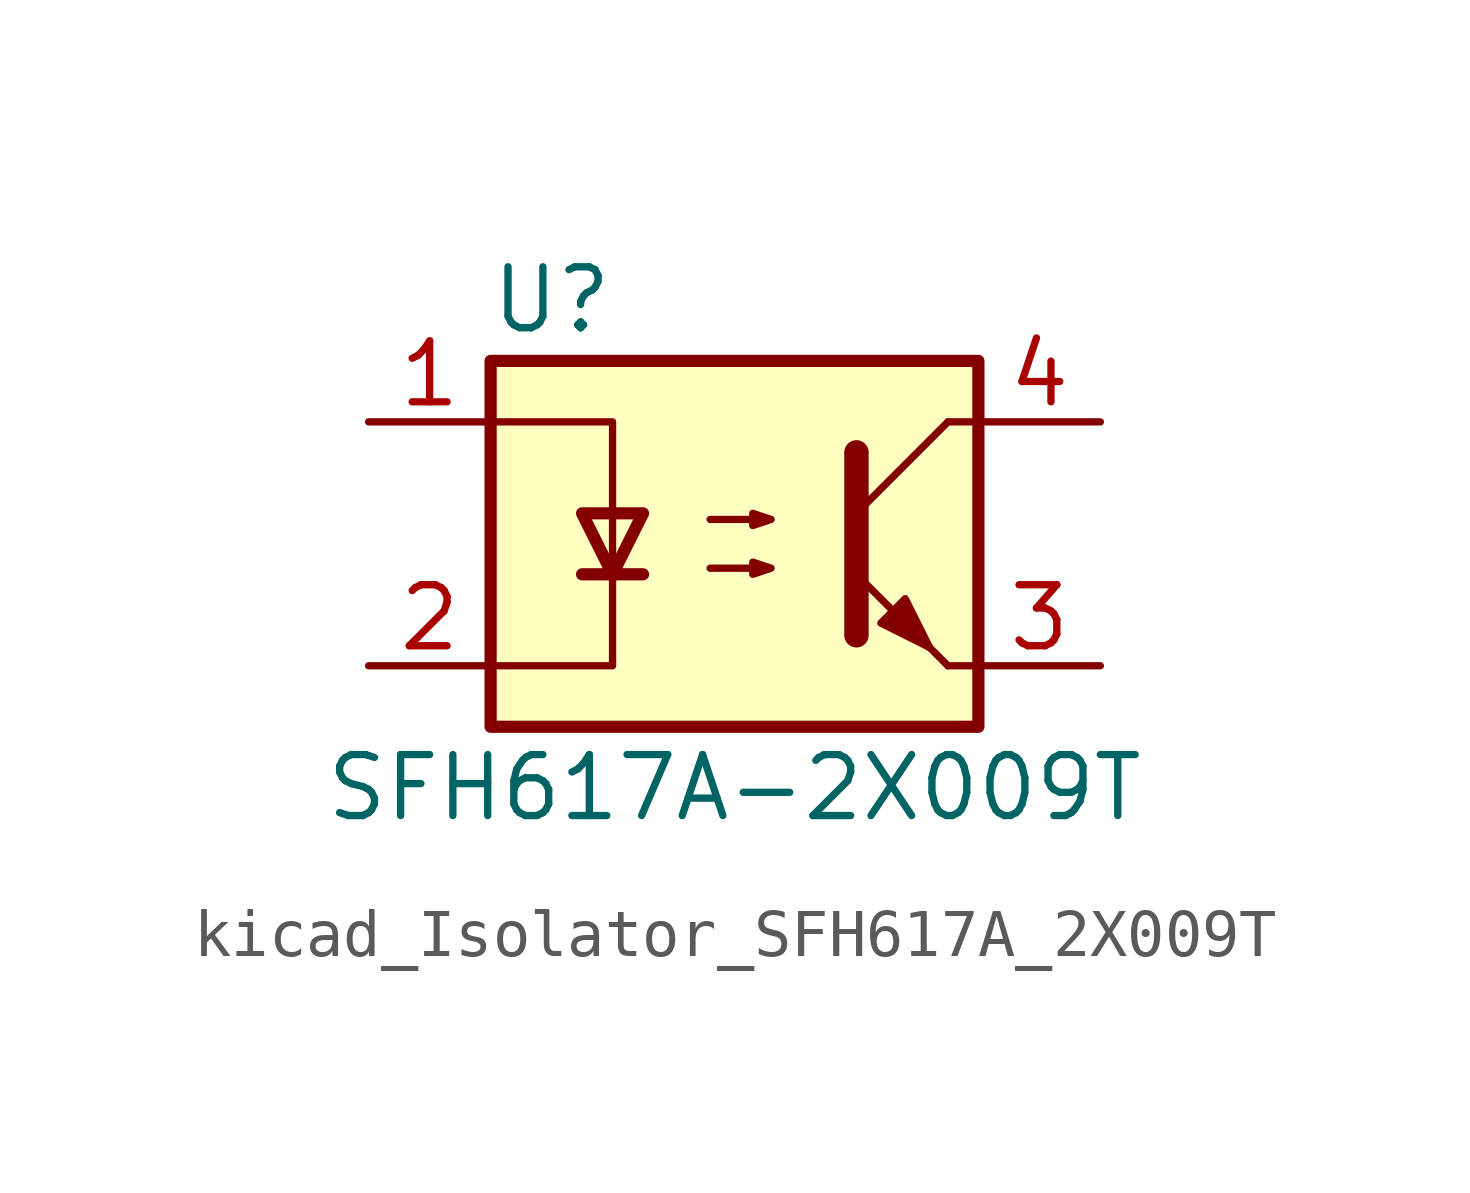
<source format=kicad_sym>
(kicad_symbol_lib
  (version 20220914)
  (generator kicad_symbol_editor)
  (symbol "kicad_Isolator_SFH617A_2X009T"
    (property "Reference" "U"
      (at -3.81 5.08 0)
      (effects (font (size 1.27 1.27))))
    (property "Value" "SFH617A-2X009T"
      (at 0 -5.08 0)
      (effects (font (size 1.27 1.27))))
    (symbol "kicad_Isolator_SFH617A_2X009T_1_1"
      (rectangle (start -5.08 3.81) (end 5.08 -3.81) (stroke (width 0.254) (type default)) (fill (type background)))
      (polyline (pts (xy -3.175 -0.635) (xy -1.905 -0.635)) (stroke (width 0.254) (type default)) (fill (type none)))
      (polyline (pts (xy 2.54 0.635) (xy 4.445 2.54)) (stroke (width 0) (type default)) (fill (type none)))
      (polyline (pts (xy 4.445 -2.54) (xy 2.54 -0.635)) (stroke (width 0) (type default)) (fill (type outline)))
      (polyline (pts (xy 4.445 -2.54) (xy 5.08 -2.54)) (stroke (width 0) (type default)) (fill (type none)))
      (polyline (pts (xy 4.445 2.54) (xy 5.08 2.54)) (stroke (width 0) (type default)) (fill (type none)))
      (polyline (pts (xy -5.08 2.54) (xy -2.54 2.54) (xy -2.54 -0.762)) (stroke (width 0) (type default)) (fill (type none)))
      (polyline (pts (xy -2.54 -0.635) (xy -2.54 -2.54) (xy -5.08 -2.54)) (stroke (width 0) (type default)) (fill (type none)))
      (polyline (pts (xy 2.54 1.905) (xy 2.54 -1.905) (xy 2.54 -1.905)) (stroke (width 0.508) (type default)) (fill (type none)))
      (polyline (pts (xy -2.54 -0.635) (xy -3.175 0.635) (xy -1.905 0.635) (xy -2.54 -0.635)) (stroke (width 0.254) (type default)) (fill (type none)))
      (polyline (pts (xy -0.508 -0.508) (xy 0.762 -0.508) (xy 0.381 -0.635) (xy 0.381 -0.381) (xy 0.762 -0.508)) (stroke (width 0) (type default)) (fill (type none)))
      (polyline (pts (xy -0.508 0.508) (xy 0.762 0.508) (xy 0.381 0.381) (xy 0.381 0.635) (xy 0.762 0.508)) (stroke (width 0) (type default)) (fill (type none)))
      (polyline (pts (xy 3.048 -1.651) (xy 3.556 -1.143) (xy 4.064 -2.159) (xy 3.048 -1.651) (xy 3.048 -1.651)) (stroke (width 0) (type default)) (fill (type outline)))
      (pin passive line (at -7.62 2.54 0) (length 2.54) (name "~" (effects (font (size 1.27 1.27)))) (number "1" (effects (font (size 1.27 1.27)))))
      (pin passive line (at -7.62 -2.54 0) (length 2.54) (name "~" (effects (font (size 1.27 1.27)))) (number "2" (effects (font (size 1.27 1.27)))))
      (pin passive line (at 7.62 -2.54 180) (length 2.54) (name "~" (effects (font (size 1.27 1.27)))) (number "3" (effects (font (size 1.27 1.27)))))
      (pin passive line (at 7.62 2.54 180) (length 2.54) (name "~" (effects (font (size 1.27 1.27)))) (number "4" (effects (font (size 1.27 1.27))))))))
</source>
